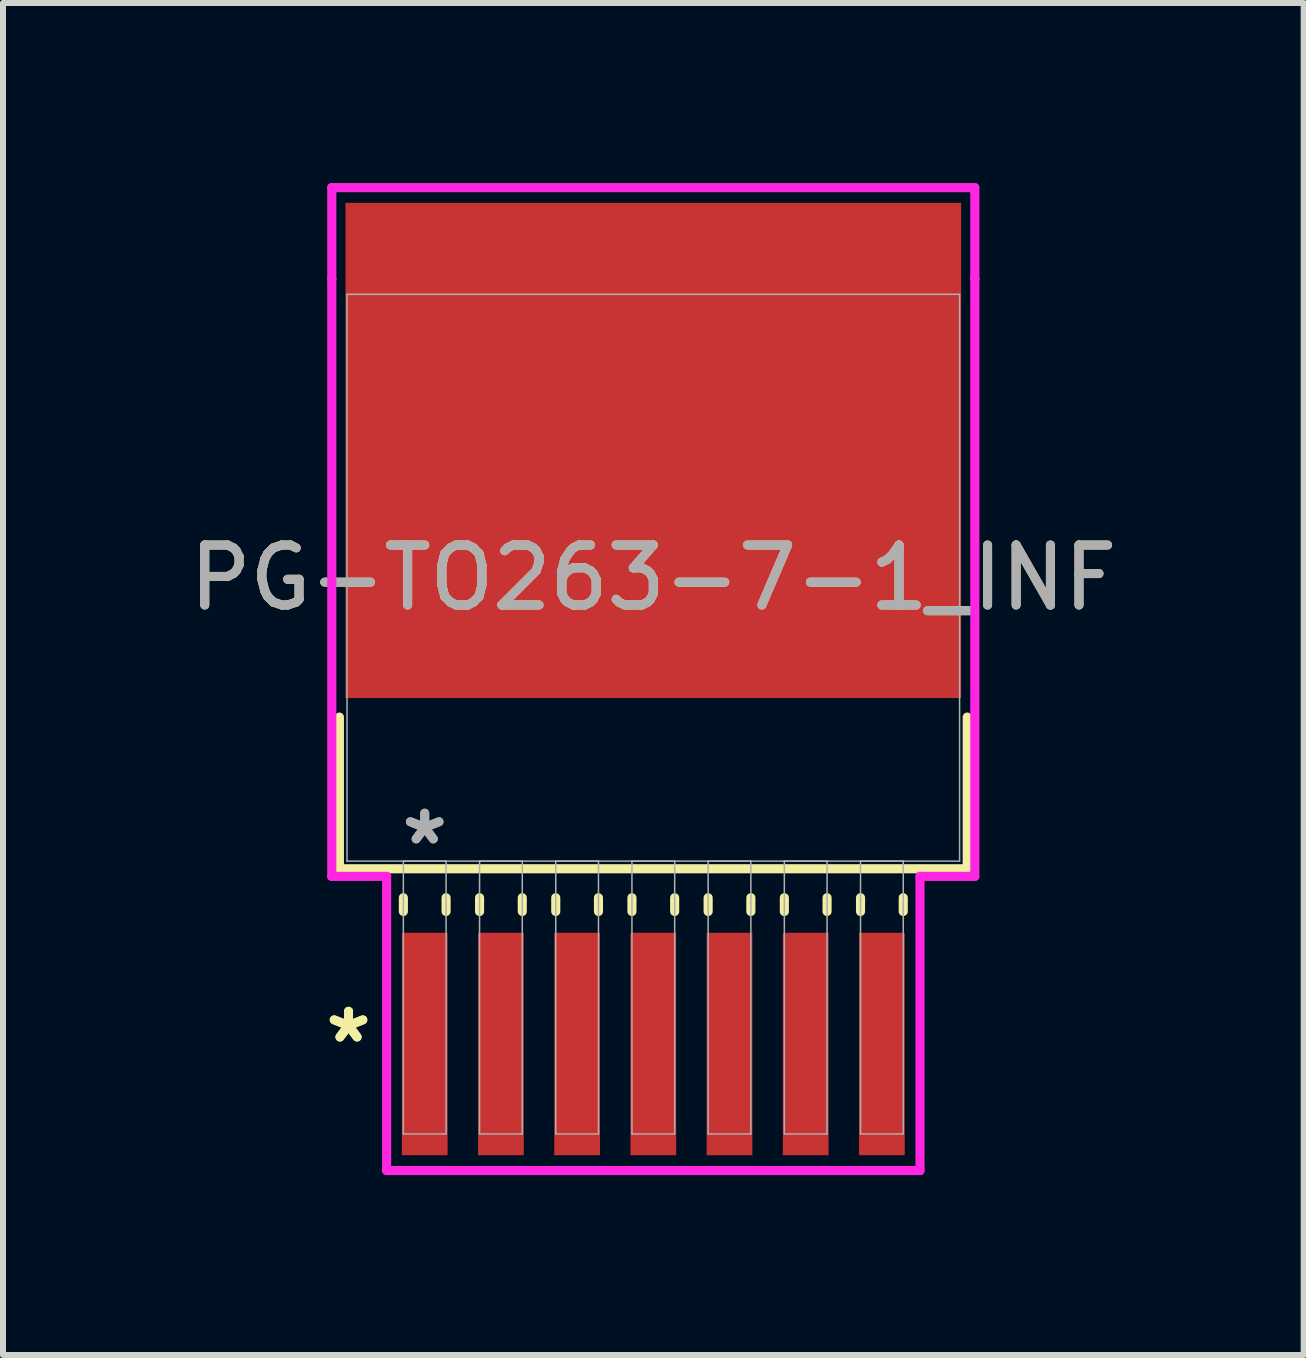
<source format=kicad_pcb>
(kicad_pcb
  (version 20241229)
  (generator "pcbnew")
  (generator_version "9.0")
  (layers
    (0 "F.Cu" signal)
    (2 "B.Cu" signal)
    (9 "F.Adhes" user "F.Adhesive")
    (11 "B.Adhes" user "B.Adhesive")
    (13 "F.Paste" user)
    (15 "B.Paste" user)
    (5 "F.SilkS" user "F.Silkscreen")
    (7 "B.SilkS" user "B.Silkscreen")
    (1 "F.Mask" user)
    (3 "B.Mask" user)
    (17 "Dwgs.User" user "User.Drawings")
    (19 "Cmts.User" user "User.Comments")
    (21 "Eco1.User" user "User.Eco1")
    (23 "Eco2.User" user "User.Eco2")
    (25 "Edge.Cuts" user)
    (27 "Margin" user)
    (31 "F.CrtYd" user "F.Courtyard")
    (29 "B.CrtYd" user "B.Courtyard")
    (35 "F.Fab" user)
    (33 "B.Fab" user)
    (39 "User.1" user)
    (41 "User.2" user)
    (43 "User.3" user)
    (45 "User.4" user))
  (footprint "PG-TO263-7-1_INF"
    (layer "F.Cu")
    (at 7.839 6.579)
    (property "Reference" "PG-TO263-7-1_INF" (at 0 0 0) (unlocked yes) (layer "F.SilkS") (effects (font (size 1 1) (thickness 0.15))))
    (attr smd)
    (fp_line (start -5.232 2.323) (end -5.232 4.851) (stroke (width 0.152) (type solid)) (layer "F.SilkS"))
    (fp_line (start -5.232 4.851) (end 5.232 4.851) (stroke (width 0.152) (type solid)) (layer "F.SilkS"))
    (fp_line (start -4.166 5.334) (end -4.166 5.563) (stroke (width 0.152) (type solid)) (layer "F.SilkS"))
    (fp_line (start -3.454 5.334) (end -3.454 5.563) (stroke (width 0.152) (type solid)) (layer "F.SilkS"))
    (fp_line (start -2.896 5.334) (end -2.896 5.563) (stroke (width 0.152) (type solid)) (layer "F.SilkS"))
    (fp_line (start -2.184 5.334) (end -2.184 5.563) (stroke (width 0.152) (type solid)) (layer "F.SilkS"))
    (fp_line (start -1.626 5.334) (end -1.626 5.563) (stroke (width 0.152) (type solid)) (layer "F.SilkS"))
    (fp_line (start -0.914 5.334) (end -0.914 5.563) (stroke (width 0.152) (type solid)) (layer "F.SilkS"))
    (fp_line (start -0.356 5.334) (end -0.356 5.563) (stroke (width 0.152) (type solid)) (layer "F.SilkS"))
    (fp_line (start 0.356 5.334) (end 0.356 5.563) (stroke (width 0.152) (type solid)) (layer "F.SilkS"))
    (fp_line (start 0.914 5.334) (end 0.914 5.563) (stroke (width 0.152) (type solid)) (layer "F.SilkS"))
    (fp_line (start 1.626 5.334) (end 1.626 5.563) (stroke (width 0.152) (type solid)) (layer "F.SilkS"))
    (fp_line (start 2.184 5.334) (end 2.184 5.563) (stroke (width 0.152) (type solid)) (layer "F.SilkS"))
    (fp_line (start 2.896 5.334) (end 2.896 5.563) (stroke (width 0.152) (type solid)) (layer "F.SilkS"))
    (fp_line (start 3.454 5.334) (end 3.454 5.563) (stroke (width 0.152) (type solid)) (layer "F.SilkS"))
    (fp_line (start 4.166 5.334) (end 4.166 5.563) (stroke (width 0.152) (type solid)) (layer "F.SilkS"))
    (fp_line (start 5.232 4.851) (end 5.232 2.323) (stroke (width 0.152) (type solid)) (layer "F.SilkS"))
    (fp_line (start -5.359 -6.502) (end 5.359 -6.502) (stroke (width 0.152) (type solid)) (layer "F.CrtYd"))
    (fp_line (start -5.359 -4.978) (end -5.359 -6.502) (stroke (width 0.152) (type solid)) (layer "F.CrtYd"))
    (fp_line (start -5.359 -4.978) (end -5.359 -4.978) (stroke (width 0.152) (type solid)) (layer "F.CrtYd"))
    (fp_line (start -5.359 4.978) (end -5.359 -4.978) (stroke (width 0.152) (type solid)) (layer "F.CrtYd"))
    (fp_line (start -4.445 4.978) (end -5.359 4.978) (stroke (width 0.152) (type solid)) (layer "F.CrtYd"))
    (fp_line (start -4.445 9.881) (end -4.445 4.978) (stroke (width 0.152) (type solid)) (layer "F.CrtYd"))
    (fp_line (start 4.445 4.978) (end 4.445 9.881) (stroke (width 0.152) (type solid)) (layer "F.CrtYd"))
    (fp_line (start 4.445 9.881) (end -4.445 9.881) (stroke (width 0.152) (type solid)) (layer "F.CrtYd"))
    (fp_line (start 5.359 -6.502) (end 5.359 -4.978) (stroke (width 0.152) (type solid)) (layer "F.CrtYd"))
    (fp_line (start 5.359 -4.978) (end 5.359 -4.978) (stroke (width 0.152) (type solid)) (layer "F.CrtYd"))
    (fp_line (start 5.359 -4.978) (end 5.359 4.978) (stroke (width 0.152) (type solid)) (layer "F.CrtYd"))
    (fp_line (start 5.359 4.978) (end 4.445 4.978) (stroke (width 0.152) (type solid)) (layer "F.CrtYd"))
    (fp_line (start -5.105 -4.724) (end -5.105 4.724) (stroke (width 0.025) (type solid)) (layer "F.Fab"))
    (fp_line (start -5.105 4.724) (end 5.105 4.724) (stroke (width 0.025) (type solid)) (layer "F.Fab"))
    (fp_line (start -4.166 4.724) (end -4.166 9.271) (stroke (width 0.025) (type solid)) (layer "F.Fab"))
    (fp_line (start -4.166 9.271) (end -3.454 9.271) (stroke (width 0.025) (type solid)) (layer "F.Fab"))
    (fp_line (start -3.454 4.724) (end -4.166 4.724) (stroke (width 0.025) (type solid)) (layer "F.Fab"))
    (fp_line (start -3.454 9.271) (end -3.454 4.724) (stroke (width 0.025) (type solid)) (layer "F.Fab"))
    (fp_line (start -2.896 4.724) (end -2.896 9.271) (stroke (width 0.025) (type solid)) (layer "F.Fab"))
    (fp_line (start -2.896 9.271) (end -2.184 9.271) (stroke (width 0.025) (type solid)) (layer "F.Fab"))
    (fp_line (start -2.184 4.724) (end -2.896 4.724) (stroke (width 0.025) (type solid)) (layer "F.Fab"))
    (fp_line (start -2.184 9.271) (end -2.184 4.724) (stroke (width 0.025) (type solid)) (layer "F.Fab"))
    (fp_line (start -1.626 4.724) (end -1.626 9.271) (stroke (width 0.025) (type solid)) (layer "F.Fab"))
    (fp_line (start -1.626 9.271) (end -0.914 9.271) (stroke (width 0.025) (type solid)) (layer "F.Fab"))
    (fp_line (start -0.914 4.724) (end -1.626 4.724) (stroke (width 0.025) (type solid)) (layer "F.Fab"))
    (fp_line (start -0.914 9.271) (end -0.914 4.724) (stroke (width 0.025) (type solid)) (layer "F.Fab"))
    (fp_line (start -0.356 4.724) (end -0.356 9.271) (stroke (width 0.025) (type solid)) (layer "F.Fab"))
    (fp_line (start -0.356 9.271) (end 0.356 9.271) (stroke (width 0.025) (type solid)) (layer "F.Fab"))
    (fp_line (start 0.356 4.724) (end -0.356 4.724) (stroke (width 0.025) (type solid)) (layer "F.Fab"))
    (fp_line (start 0.356 9.271) (end 0.356 4.724) (stroke (width 0.025) (type solid)) (layer "F.Fab"))
    (fp_line (start 0.914 4.724) (end 0.914 9.271) (stroke (width 0.025) (type solid)) (layer "F.Fab"))
    (fp_line (start 0.914 9.271) (end 1.626 9.271) (stroke (width 0.025) (type solid)) (layer "F.Fab"))
    (fp_line (start 1.626 4.724) (end 0.914 4.724) (stroke (width 0.025) (type solid)) (layer "F.Fab"))
    (fp_line (start 1.626 9.271) (end 1.626 4.724) (stroke (width 0.025) (type solid)) (layer "F.Fab"))
    (fp_line (start 2.184 4.724) (end 2.184 9.271) (stroke (width 0.025) (type solid)) (layer "F.Fab"))
    (fp_line (start 2.184 9.271) (end 2.896 9.271) (stroke (width 0.025) (type solid)) (layer "F.Fab"))
    (fp_line (start 2.896 4.724) (end 2.184 4.724) (stroke (width 0.025) (type solid)) (layer "F.Fab"))
    (fp_line (start 2.896 9.271) (end 2.896 4.724) (stroke (width 0.025) (type solid)) (layer "F.Fab"))
    (fp_line (start 3.454 4.724) (end 3.454 9.271) (stroke (width 0.025) (type solid)) (layer "F.Fab"))
    (fp_line (start 3.454 9.271) (end 4.166 9.271) (stroke (width 0.025) (type solid)) (layer "F.Fab"))
    (fp_line (start 4.166 4.724) (end 3.454 4.724) (stroke (width 0.025) (type solid)) (layer "F.Fab"))
    (fp_line (start 4.166 9.271) (end 4.166 4.724) (stroke (width 0.025) (type solid)) (layer "F.Fab"))
    (fp_line (start 5.105 -4.724) (end -5.105 -4.724) (stroke (width 0.025) (type solid)) (layer "F.Fab"))
    (fp_line (start 5.105 4.724) (end 5.105 -4.724) (stroke (width 0.025) (type solid)) (layer "F.Fab"))
    (fp_text user "*" (at -5.08 7.772 0) (unlocked yes) (layer "F.SilkS") (effects (font (size 1 1) (thickness 0.15))))
    (fp_text user "*" (at -5.08 7.772 0) (layer "F.SilkS") (effects (font (size 1 1) (thickness 0.15))))
    (fp_text user "*" (at -3.81 4.47 0) (layer "F.Fab") (effects (font (size 1 1) (thickness 0.15))))
    (fp_text user "${REFERENCE}" (at 0 0 0) (unlocked yes) (layer "F.Fab") (effects (font (size 1 1) (thickness 0.15))))
    (fp_text user "*" (at -3.81 4.47 0) (unlocked yes) (layer "F.Fab") (effects (font (size 1 1) (thickness 0.15))))
    (pad "1" smd rect (at -3.81 7.772) (size 0.762 3.708) (layers "F.Cu" "F.Mask" "F.Paste"))
    (pad "2" smd rect (at -2.54 7.772) (size 0.762 3.708) (layers "F.Cu" "F.Mask" "F.Paste"))
    (pad "3" smd rect (at -1.27 7.772) (size 0.762 3.708) (layers "F.Cu" "F.Mask" "F.Paste"))
    (pad "4" smd rect (at 0 7.772) (size 0.762 3.708) (layers "F.Cu" "F.Mask" "F.Paste"))
    (pad "5" smd rect (at 1.27 7.772) (size 0.762 3.708) (layers "F.Cu" "F.Mask" "F.Paste"))
    (pad "6" smd rect (at 2.54 7.772) (size 0.762 3.708) (layers "F.Cu" "F.Mask" "F.Paste"))
    (pad "7" smd rect (at 3.81 7.772) (size 0.762 3.708) (layers "F.Cu" "F.Mask" "F.Paste"))
    (pad "8" smd rect (at 0 -2.121) (size 10.262 8.255) (layers "F.Cu" "F.Mask" "F.Paste")))
  (gr_rect
    (start -3 -3)
    (end 18.679 19.535)
    (stroke (width 0.1) (type default))
    (fill no)
    (layer "Edge.Cuts")))
</source>
